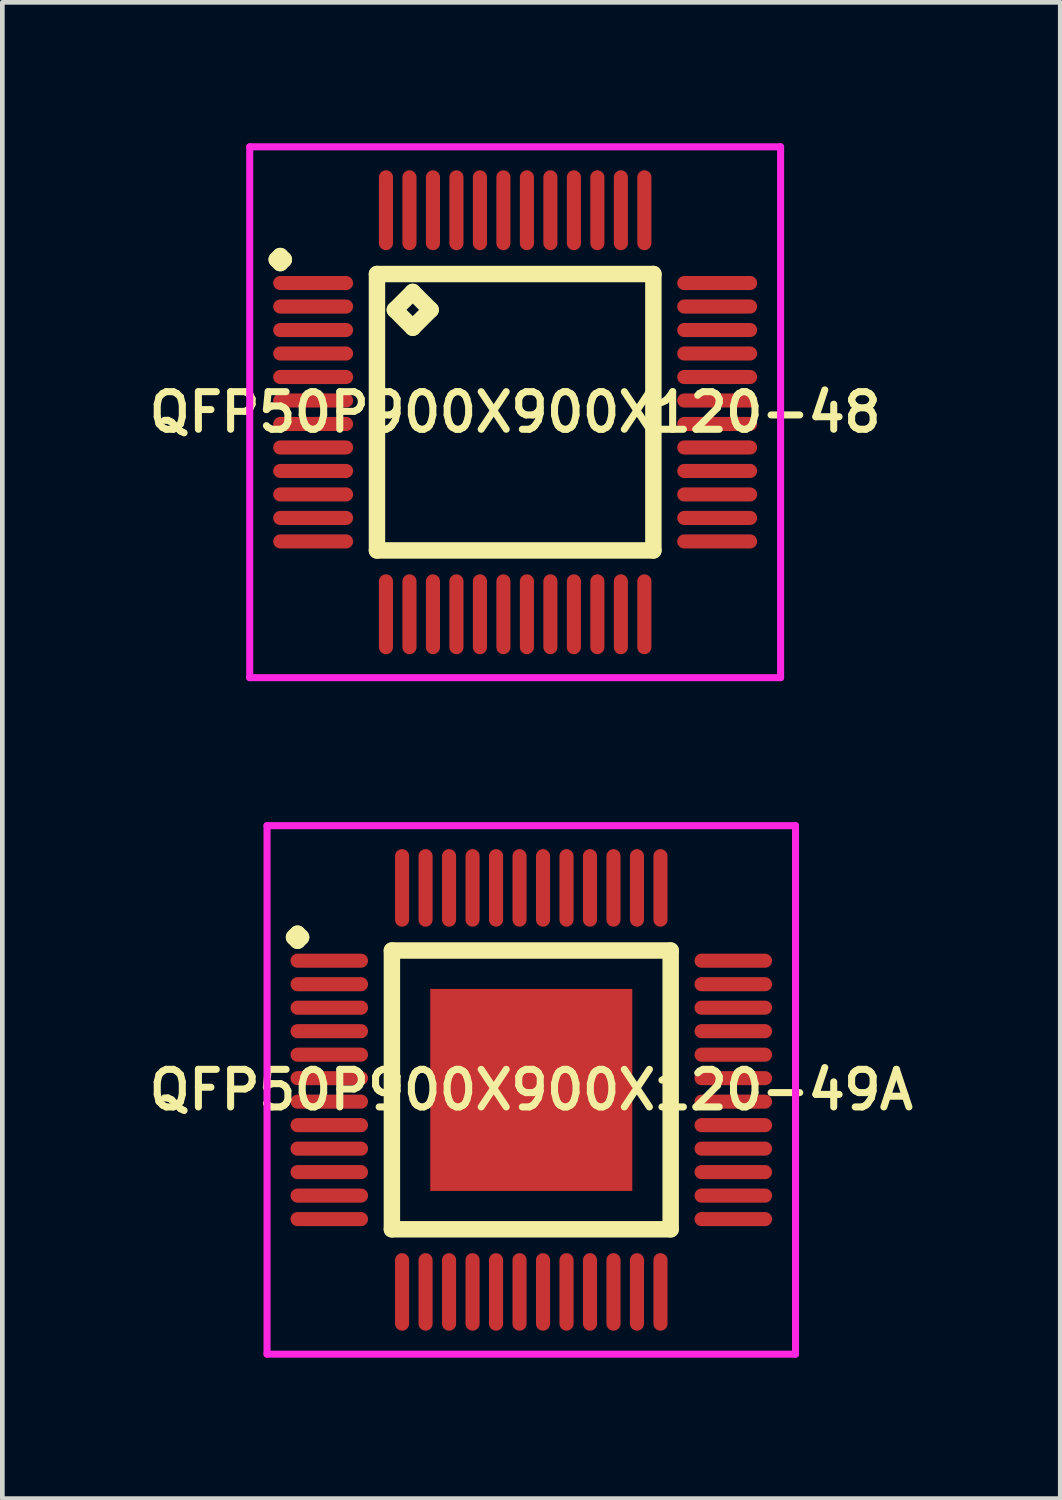
<source format=kicad_pcb>
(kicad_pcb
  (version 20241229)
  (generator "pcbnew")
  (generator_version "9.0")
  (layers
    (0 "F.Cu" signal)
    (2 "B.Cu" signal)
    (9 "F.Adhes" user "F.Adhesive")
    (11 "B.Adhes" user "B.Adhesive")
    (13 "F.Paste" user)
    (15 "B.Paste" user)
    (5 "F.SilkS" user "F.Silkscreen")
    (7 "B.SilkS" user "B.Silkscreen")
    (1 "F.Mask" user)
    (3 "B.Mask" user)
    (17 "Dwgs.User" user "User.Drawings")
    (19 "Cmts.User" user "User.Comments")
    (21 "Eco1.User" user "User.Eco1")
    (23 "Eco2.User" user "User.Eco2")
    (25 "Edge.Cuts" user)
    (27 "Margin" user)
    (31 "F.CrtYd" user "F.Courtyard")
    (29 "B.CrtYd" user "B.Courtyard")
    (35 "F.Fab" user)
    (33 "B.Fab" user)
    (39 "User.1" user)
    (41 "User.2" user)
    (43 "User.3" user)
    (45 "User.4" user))
  (footprint "QFP50P900X900X120-48"
    (layer "F.Cu")
    (at 7.916 5.725)
    (property "Reference" "QFP50P900X900X120-48" (at 0 0 0) (layer "F.SilkS") (effects (font (size 0.8 0.8) (thickness 0.15))))
    (attr smd)
    (fp_line (start -5.075 -3.25) (end -5 -3.325) (stroke (width 0.35) (type solid)) (layer "F.SilkS"))
    (fp_line (start -5 -3.325) (end -4.925 -3.25) (stroke (width 0.35) (type solid)) (layer "F.SilkS"))
    (fp_line (start -5 -3.175) (end -5.075 -3.25) (stroke (width 0.35) (type solid)) (layer "F.SilkS"))
    (fp_line (start -4.925 -3.25) (end -5 -3.175) (stroke (width 0.35) (type solid)) (layer "F.SilkS"))
    (fp_line (start -2.942 -2.942) (end -2.942 2.942) (stroke (width 0.35) (type solid)) (layer "F.SilkS"))
    (fp_line (start -2.942 2.942) (end 2.942 2.942) (stroke (width 0.35) (type solid)) (layer "F.SilkS"))
    (fp_line (start -2.561 -2.18) (end -2.18 -2.561) (stroke (width 0.35) (type solid)) (layer "F.SilkS"))
    (fp_line (start -2.18 -2.561) (end -1.799 -2.18) (stroke (width 0.35) (type solid)) (layer "F.SilkS"))
    (fp_line (start -2.18 -1.799) (end -2.561 -2.18) (stroke (width 0.35) (type solid)) (layer "F.SilkS"))
    (fp_line (start -1.799 -2.18) (end -2.18 -1.799) (stroke (width 0.35) (type solid)) (layer "F.SilkS"))
    (fp_line (start 2.942 -2.942) (end -2.942 -2.942) (stroke (width 0.35) (type solid)) (layer "F.SilkS"))
    (fp_line (start 2.942 2.942) (end 2.942 -2.942) (stroke (width 0.35) (type solid)) (layer "F.SilkS"))
    (fp_line (start -5.65 -5.65) (end 5.65 -5.65) (stroke (width 0.15) (type solid)) (layer "F.CrtYd"))
    (fp_line (start -5.65 5.65) (end -5.65 -5.65) (stroke (width 0.15) (type solid)) (layer "F.CrtYd"))
    (fp_line (start 5.65 -5.65) (end 5.65 5.65) (stroke (width 0.15) (type solid)) (layer "F.CrtYd"))
    (fp_line (start 5.65 5.65) (end -5.65 5.65) (stroke (width 0.15) (type solid)) (layer "F.CrtYd"))
    (pad "1" smd oval (at -4.3 -2.75) (size 1.7 0.3) (layers "F.Cu" "F.Mask" "F.Paste"))
    (pad "2" smd oval (at -4.3 -2.25) (size 1.7 0.3) (layers "F.Cu" "F.Mask" "F.Paste"))
    (pad "3" smd oval (at -4.3 -1.75) (size 1.7 0.3) (layers "F.Cu" "F.Mask" "F.Paste"))
    (pad "4" smd oval (at -4.3 -1.25) (size 1.7 0.3) (layers "F.Cu" "F.Mask" "F.Paste"))
    (pad "5" smd oval (at -4.3 -0.75) (size 1.7 0.3) (layers "F.Cu" "F.Mask" "F.Paste"))
    (pad "6" smd oval (at -4.3 -0.25) (size 1.7 0.3) (layers "F.Cu" "F.Mask" "F.Paste"))
    (pad "7" smd oval (at -4.3 0.25) (size 1.7 0.3) (layers "F.Cu" "F.Mask" "F.Paste"))
    (pad "8" smd oval (at -4.3 0.75) (size 1.7 0.3) (layers "F.Cu" "F.Mask" "F.Paste"))
    (pad "9" smd oval (at -4.3 1.25) (size 1.7 0.3) (layers "F.Cu" "F.Mask" "F.Paste"))
    (pad "10" smd oval (at -4.3 1.75) (size 1.7 0.3) (layers "F.Cu" "F.Mask" "F.Paste"))
    (pad "11" smd oval (at -4.3 2.25) (size 1.7 0.3) (layers "F.Cu" "F.Mask" "F.Paste"))
    (pad "12" smd oval (at -4.3 2.75) (size 1.7 0.3) (layers "F.Cu" "F.Mask" "F.Paste"))
    (pad "13" smd oval (at -2.75 4.3) (size 0.3 1.7) (layers "F.Cu" "F.Mask" "F.Paste"))
    (pad "14" smd oval (at -2.25 4.3) (size 0.3 1.7) (layers "F.Cu" "F.Mask" "F.Paste"))
    (pad "15" smd oval (at -1.75 4.3) (size 0.3 1.7) (layers "F.Cu" "F.Mask" "F.Paste"))
    (pad "16" smd oval (at -1.25 4.3) (size 0.3 1.7) (layers "F.Cu" "F.Mask" "F.Paste"))
    (pad "17" smd oval (at -0.75 4.3) (size 0.3 1.7) (layers "F.Cu" "F.Mask" "F.Paste"))
    (pad "18" smd oval (at -0.25 4.3) (size 0.3 1.7) (layers "F.Cu" "F.Mask" "F.Paste"))
    (pad "19" smd oval (at 0.25 4.3) (size 0.3 1.7) (layers "F.Cu" "F.Mask" "F.Paste"))
    (pad "20" smd oval (at 0.75 4.3) (size 0.3 1.7) (layers "F.Cu" "F.Mask" "F.Paste"))
    (pad "21" smd oval (at 1.25 4.3) (size 0.3 1.7) (layers "F.Cu" "F.Mask" "F.Paste"))
    (pad "22" smd oval (at 1.75 4.3) (size 0.3 1.7) (layers "F.Cu" "F.Mask" "F.Paste"))
    (pad "23" smd oval (at 2.25 4.3) (size 0.3 1.7) (layers "F.Cu" "F.Mask" "F.Paste"))
    (pad "24" smd oval (at 2.75 4.3) (size 0.3 1.7) (layers "F.Cu" "F.Mask" "F.Paste"))
    (pad "25" smd oval (at 4.3 2.75) (size 1.7 0.3) (layers "F.Cu" "F.Mask" "F.Paste"))
    (pad "26" smd oval (at 4.3 2.25) (size 1.7 0.3) (layers "F.Cu" "F.Mask" "F.Paste"))
    (pad "27" smd oval (at 4.3 1.75) (size 1.7 0.3) (layers "F.Cu" "F.Mask" "F.Paste"))
    (pad "28" smd oval (at 4.3 1.25) (size 1.7 0.3) (layers "F.Cu" "F.Mask" "F.Paste"))
    (pad "29" smd oval (at 4.3 0.75) (size 1.7 0.3) (layers "F.Cu" "F.Mask" "F.Paste"))
    (pad "30" smd oval (at 4.3 0.25) (size 1.7 0.3) (layers "F.Cu" "F.Mask" "F.Paste"))
    (pad "31" smd oval (at 4.3 -0.25) (size 1.7 0.3) (layers "F.Cu" "F.Mask" "F.Paste"))
    (pad "32" smd oval (at 4.3 -0.75) (size 1.7 0.3) (layers "F.Cu" "F.Mask" "F.Paste"))
    (pad "33" smd oval (at 4.3 -1.25) (size 1.7 0.3) (layers "F.Cu" "F.Mask" "F.Paste"))
    (pad "34" smd oval (at 4.3 -1.75) (size 1.7 0.3) (layers "F.Cu" "F.Mask" "F.Paste"))
    (pad "35" smd oval (at 4.3 -2.25) (size 1.7 0.3) (layers "F.Cu" "F.Mask" "F.Paste"))
    (pad "36" smd oval (at 4.3 -2.75) (size 1.7 0.3) (layers "F.Cu" "F.Mask" "F.Paste"))
    (pad "37" smd oval (at 2.75 -4.3) (size 0.3 1.7) (layers "F.Cu" "F.Mask" "F.Paste"))
    (pad "38" smd oval (at 2.25 -4.3) (size 0.3 1.7) (layers "F.Cu" "F.Mask" "F.Paste"))
    (pad "39" smd oval (at 1.75 -4.3) (size 0.3 1.7) (layers "F.Cu" "F.Mask" "F.Paste"))
    (pad "40" smd oval (at 1.25 -4.3) (size 0.3 1.7) (layers "F.Cu" "F.Mask" "F.Paste"))
    (pad "41" smd oval (at 0.75 -4.3) (size 0.3 1.7) (layers "F.Cu" "F.Mask" "F.Paste"))
    (pad "42" smd oval (at 0.25 -4.3) (size 0.3 1.7) (layers "F.Cu" "F.Mask" "F.Paste"))
    (pad "43" smd oval (at -0.25 -4.3) (size 0.3 1.7) (layers "F.Cu" "F.Mask" "F.Paste"))
    (pad "44" smd oval (at -0.75 -4.3) (size 0.3 1.7) (layers "F.Cu" "F.Mask" "F.Paste"))
    (pad "45" smd oval (at -1.25 -4.3) (size 0.3 1.7) (layers "F.Cu" "F.Mask" "F.Paste"))
    (pad "46" smd oval (at -1.75 -4.3) (size 0.3 1.7) (layers "F.Cu" "F.Mask" "F.Paste"))
    (pad "47" smd oval (at -2.25 -4.3) (size 0.3 1.7) (layers "F.Cu" "F.Mask" "F.Paste"))
    (pad "48" smd oval (at -2.75 -4.3) (size 0.3 1.7) (layers "F.Cu" "F.Mask" "F.Paste")))
  (footprint "QFP50P900X900X120-49A"
    (layer "F.Cu")
    (at 8.259 20.15)
    (property "Reference" "QFP50P900X900X120-49A" (at 0 0 0) (layer "F.SilkS") (effects (font (size 0.8 0.8) (thickness 0.15))))
    (attr smd)
    (fp_line (start -5.05 -3.25) (end -4.975 -3.325) (stroke (width 0.35) (type solid)) (layer "F.SilkS"))
    (fp_line (start -4.975 -3.325) (end -4.9 -3.25) (stroke (width 0.35) (type solid)) (layer "F.SilkS"))
    (fp_line (start -4.975 -3.175) (end -5.05 -3.25) (stroke (width 0.35) (type solid)) (layer "F.SilkS"))
    (fp_line (start -4.9 -3.25) (end -4.975 -3.175) (stroke (width 0.35) (type solid)) (layer "F.SilkS"))
    (fp_line (start -2.967 -2.967) (end -2.967 2.967) (stroke (width 0.35) (type solid)) (layer "F.SilkS"))
    (fp_line (start -2.967 2.967) (end 2.967 2.967) (stroke (width 0.35) (type solid)) (layer "F.SilkS"))
    (fp_line (start 2.967 -2.967) (end -2.967 -2.967) (stroke (width 0.35) (type solid)) (layer "F.SilkS"))
    (fp_line (start 2.967 2.967) (end 2.967 -2.967) (stroke (width 0.35) (type solid)) (layer "F.SilkS"))
    (fp_line (start -5.625 -5.625) (end 5.625 -5.625) (stroke (width 0.15) (type solid)) (layer "F.CrtYd"))
    (fp_line (start -5.625 5.625) (end -5.625 -5.625) (stroke (width 0.15) (type solid)) (layer "F.CrtYd"))
    (fp_line (start 5.625 -5.625) (end 5.625 5.625) (stroke (width 0.15) (type solid)) (layer "F.CrtYd"))
    (fp_line (start 5.625 5.625) (end -5.625 5.625) (stroke (width 0.15) (type solid)) (layer "F.CrtYd"))
    (pad "1" smd oval (at -4.3 -2.75) (size 1.65 0.3) (layers "F.Cu" "F.Mask" "F.Paste"))
    (pad "2" smd oval (at -4.3 -2.25) (size 1.65 0.3) (layers "F.Cu" "F.Mask" "F.Paste"))
    (pad "3" smd oval (at -4.3 -1.75) (size 1.65 0.3) (layers "F.Cu" "F.Mask" "F.Paste"))
    (pad "4" smd oval (at -4.3 -1.25) (size 1.65 0.3) (layers "F.Cu" "F.Mask" "F.Paste"))
    (pad "5" smd oval (at -4.3 -0.75) (size 1.65 0.3) (layers "F.Cu" "F.Mask" "F.Paste"))
    (pad "6" smd oval (at -4.3 -0.25) (size 1.65 0.3) (layers "F.Cu" "F.Mask" "F.Paste"))
    (pad "7" smd oval (at -4.3 0.25) (size 1.65 0.3) (layers "F.Cu" "F.Mask" "F.Paste"))
    (pad "8" smd oval (at -4.3 0.75) (size 1.65 0.3) (layers "F.Cu" "F.Mask" "F.Paste"))
    (pad "9" smd oval (at -4.3 1.25) (size 1.65 0.3) (layers "F.Cu" "F.Mask" "F.Paste"))
    (pad "10" smd oval (at -4.3 1.75) (size 1.65 0.3) (layers "F.Cu" "F.Mask" "F.Paste"))
    (pad "11" smd oval (at -4.3 2.25) (size 1.65 0.3) (layers "F.Cu" "F.Mask" "F.Paste"))
    (pad "12" smd oval (at -4.3 2.75) (size 1.65 0.3) (layers "F.Cu" "F.Mask" "F.Paste"))
    (pad "13" smd oval (at -2.75 4.3) (size 0.3 1.65) (layers "F.Cu" "F.Mask" "F.Paste"))
    (pad "14" smd oval (at -2.25 4.3) (size 0.3 1.65) (layers "F.Cu" "F.Mask" "F.Paste"))
    (pad "15" smd oval (at -1.75 4.3) (size 0.3 1.65) (layers "F.Cu" "F.Mask" "F.Paste"))
    (pad "16" smd oval (at -1.25 4.3) (size 0.3 1.65) (layers "F.Cu" "F.Mask" "F.Paste"))
    (pad "17" smd oval (at -0.75 4.3) (size 0.3 1.65) (layers "F.Cu" "F.Mask" "F.Paste"))
    (pad "18" smd oval (at -0.25 4.3) (size 0.3 1.65) (layers "F.Cu" "F.Mask" "F.Paste"))
    (pad "19" smd oval (at 0.25 4.3) (size 0.3 1.65) (layers "F.Cu" "F.Mask" "F.Paste"))
    (pad "20" smd oval (at 0.75 4.3) (size 0.3 1.65) (layers "F.Cu" "F.Mask" "F.Paste"))
    (pad "21" smd oval (at 1.25 4.3) (size 0.3 1.65) (layers "F.Cu" "F.Mask" "F.Paste"))
    (pad "22" smd oval (at 1.75 4.3) (size 0.3 1.65) (layers "F.Cu" "F.Mask" "F.Paste"))
    (pad "23" smd oval (at 2.25 4.3) (size 0.3 1.65) (layers "F.Cu" "F.Mask" "F.Paste"))
    (pad "24" smd oval (at 2.75 4.3) (size 0.3 1.65) (layers "F.Cu" "F.Mask" "F.Paste"))
    (pad "25" smd oval (at 4.3 2.75) (size 1.65 0.3) (layers "F.Cu" "F.Mask" "F.Paste"))
    (pad "26" smd oval (at 4.3 2.25) (size 1.65 0.3) (layers "F.Cu" "F.Mask" "F.Paste"))
    (pad "27" smd oval (at 4.3 1.75) (size 1.65 0.3) (layers "F.Cu" "F.Mask" "F.Paste"))
    (pad "28" smd oval (at 4.3 1.25) (size 1.65 0.3) (layers "F.Cu" "F.Mask" "F.Paste"))
    (pad "29" smd oval (at 4.3 0.75) (size 1.65 0.3) (layers "F.Cu" "F.Mask" "F.Paste"))
    (pad "30" smd oval (at 4.3 0.25) (size 1.65 0.3) (layers "F.Cu" "F.Mask" "F.Paste"))
    (pad "31" smd oval (at 4.3 -0.25) (size 1.65 0.3) (layers "F.Cu" "F.Mask" "F.Paste"))
    (pad "32" smd oval (at 4.3 -0.75) (size 1.65 0.3) (layers "F.Cu" "F.Mask" "F.Paste"))
    (pad "33" smd oval (at 4.3 -1.25) (size 1.65 0.3) (layers "F.Cu" "F.Mask" "F.Paste"))
    (pad "34" smd oval (at 4.3 -1.75) (size 1.65 0.3) (layers "F.Cu" "F.Mask" "F.Paste"))
    (pad "35" smd oval (at 4.3 -2.25) (size 1.65 0.3) (layers "F.Cu" "F.Mask" "F.Paste"))
    (pad "36" smd oval (at 4.3 -2.75) (size 1.65 0.3) (layers "F.Cu" "F.Mask" "F.Paste"))
    (pad "37" smd oval (at 2.75 -4.3) (size 0.3 1.65) (layers "F.Cu" "F.Mask" "F.Paste"))
    (pad "38" smd oval (at 2.25 -4.3) (size 0.3 1.65) (layers "F.Cu" "F.Mask" "F.Paste"))
    (pad "39" smd oval (at 1.75 -4.3) (size 0.3 1.65) (layers "F.Cu" "F.Mask" "F.Paste"))
    (pad "40" smd oval (at 1.25 -4.3) (size 0.3 1.65) (layers "F.Cu" "F.Mask" "F.Paste"))
    (pad "41" smd oval (at 0.75 -4.3) (size 0.3 1.65) (layers "F.Cu" "F.Mask" "F.Paste"))
    (pad "42" smd oval (at 0.25 -4.3) (size 0.3 1.65) (layers "F.Cu" "F.Mask" "F.Paste"))
    (pad "43" smd oval (at -0.25 -4.3) (size 0.3 1.65) (layers "F.Cu" "F.Mask" "F.Paste"))
    (pad "44" smd oval (at -0.75 -4.3) (size 0.3 1.65) (layers "F.Cu" "F.Mask" "F.Paste"))
    (pad "45" smd oval (at -1.25 -4.3) (size 0.3 1.65) (layers "F.Cu" "F.Mask" "F.Paste"))
    (pad "46" smd oval (at -1.75 -4.3) (size 0.3 1.65) (layers "F.Cu" "F.Mask" "F.Paste"))
    (pad "47" smd oval (at -2.25 -4.3) (size 0.3 1.65) (layers "F.Cu" "F.Mask" "F.Paste"))
    (pad "48" smd oval (at -2.75 -4.3) (size 0.3 1.65) (layers "F.Cu" "F.Mask" "F.Paste"))
    (pad "49" smd rect (at 0 0) (size 4.3 4.3) (layers "F.Cu" "F.Mask" "F.Paste")))
  (gr_rect
    (start -3 -3)
    (end 19.519 28.85)
    (stroke (width 0.1) (type default))
    (fill no)
    (layer "Edge.Cuts")))
</source>
